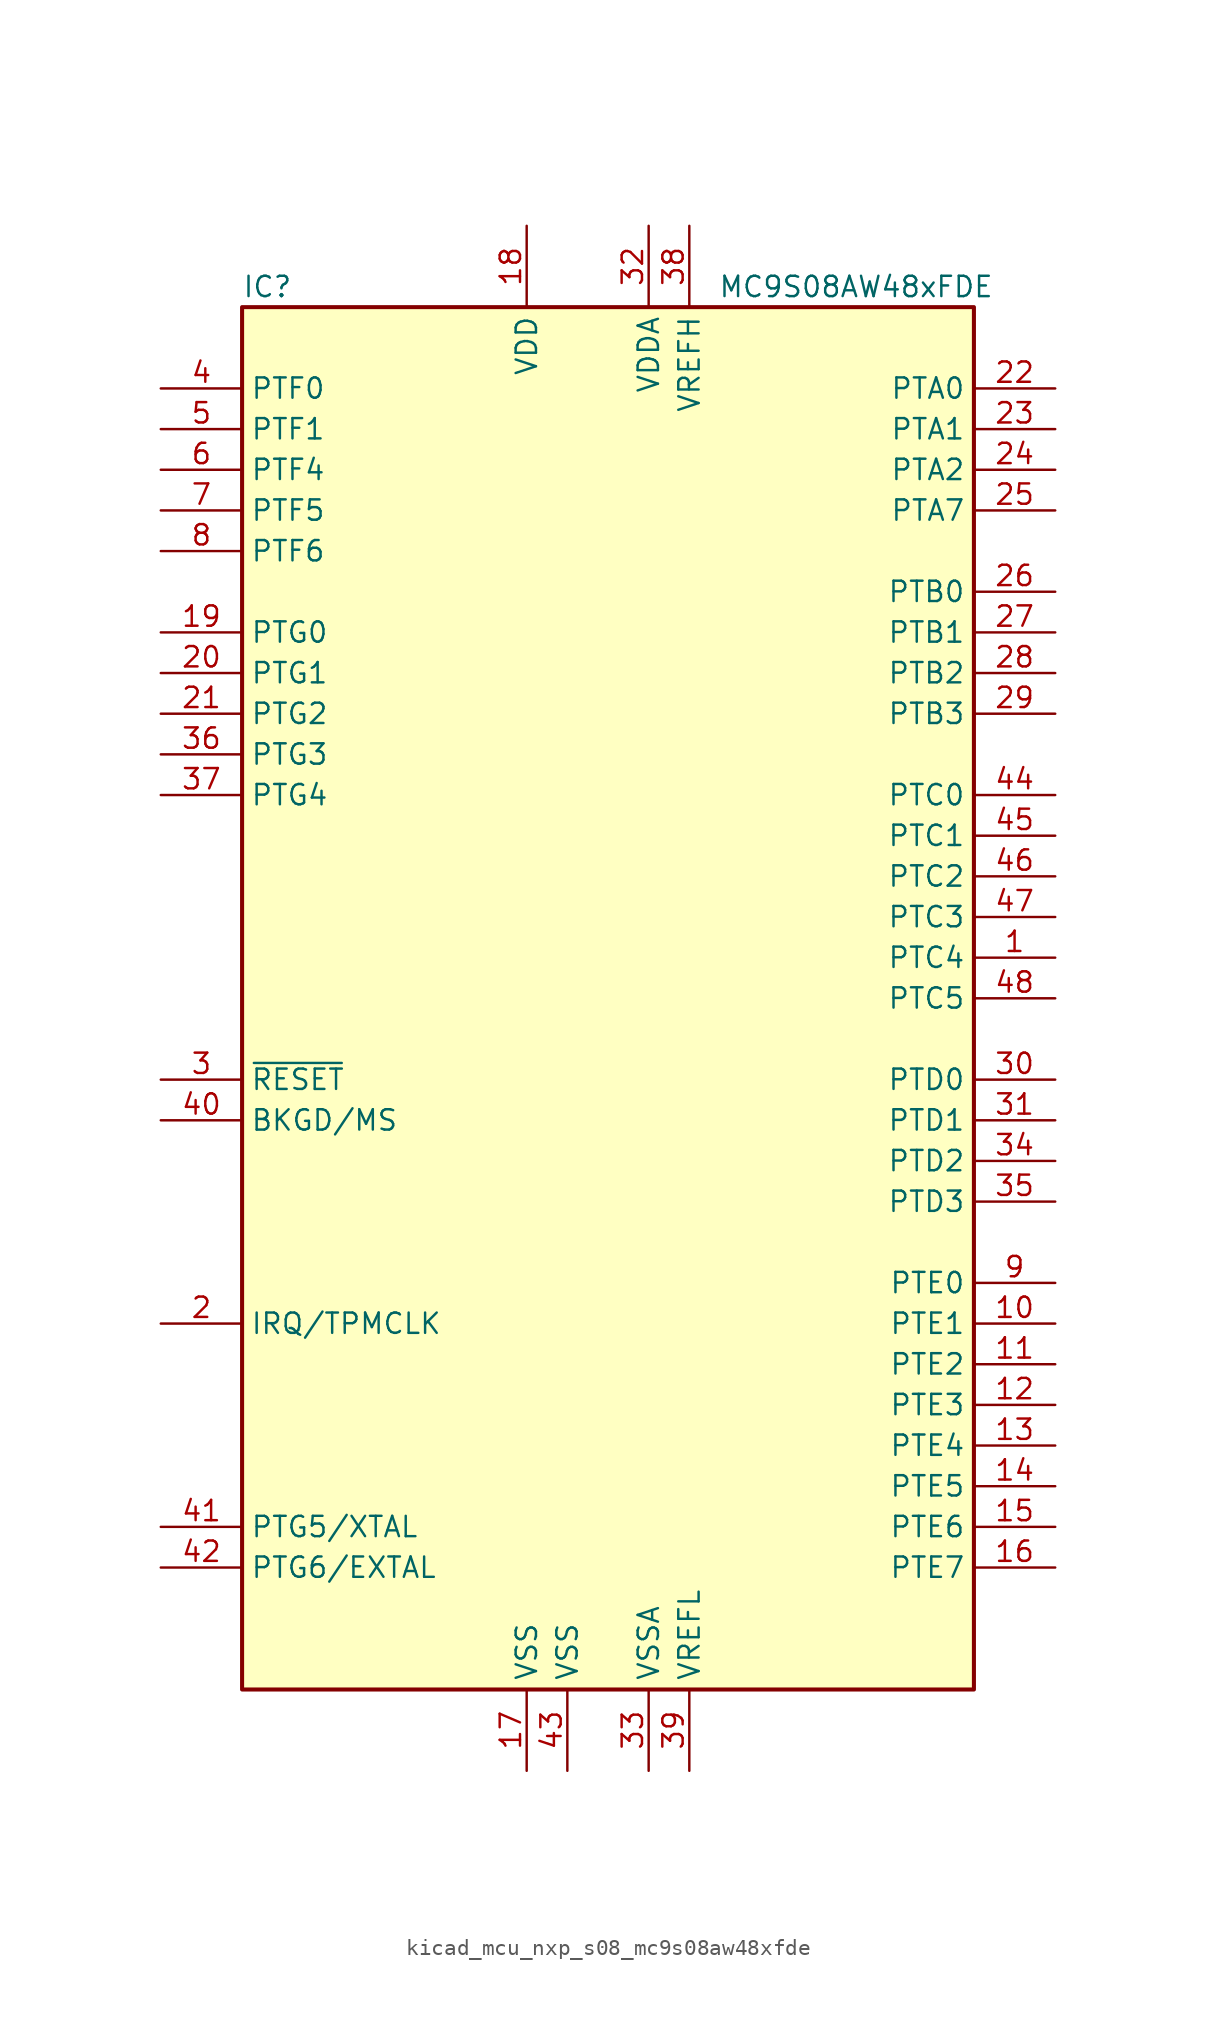
<source format=kicad_sym>
(kicad_symbol_lib
  (version 20220914)
  (generator kicad_symbol_editor)
  (symbol "kicad_mcu_nxp_s08_mc9s08aw48xfde"
    (property "Reference" "IC"
      (at -22.86 44.45 0)
      (effects (font (size 1.27 1.27)) (justify left)))
    (property "Value" "MC9S08AW48xFDE"
      (at 24.13 44.45 0)
      (effects (font (size 1.27 1.27)) (justify right)))
    (symbol "kicad_mcu_nxp_s08_mc9s08aw48xfde_0_1"
      (rectangle (start -22.86 43.18) (end 22.86 -43.18) (stroke (width 0.254) (type default)) (fill (type background))))
    (symbol "kicad_mcu_nxp_s08_mc9s08aw48xfde_1_1"
      (pin bidirectional line (at 27.94 2.54 180) (length 5.08) (name "PTC4" (effects (font (size 1.27 1.27)))) (number "1" (effects (font (size 1.27 1.27)))))
      (pin bidirectional line (at 27.94 -20.32 180) (length 5.08) (name "PTE1" (effects (font (size 1.27 1.27)))) (number "10" (effects (font (size 1.27 1.27)))))
      (pin bidirectional line (at 27.94 -22.86 180) (length 5.08) (name "PTE2" (effects (font (size 1.27 1.27)))) (number "11" (effects (font (size 1.27 1.27)))))
      (pin bidirectional line (at 27.94 -25.4 180) (length 5.08) (name "PTE3" (effects (font (size 1.27 1.27)))) (number "12" (effects (font (size 1.27 1.27)))))
      (pin bidirectional line (at 27.94 -27.94 180) (length 5.08) (name "PTE4" (effects (font (size 1.27 1.27)))) (number "13" (effects (font (size 1.27 1.27)))))
      (pin bidirectional line (at 27.94 -30.48 180) (length 5.08) (name "PTE5" (effects (font (size 1.27 1.27)))) (number "14" (effects (font (size 1.27 1.27)))))
      (pin bidirectional line (at 27.94 -33.02 180) (length 5.08) (name "PTE6" (effects (font (size 1.27 1.27)))) (number "15" (effects (font (size 1.27 1.27)))))
      (pin bidirectional line (at 27.94 -35.56 180) (length 5.08) (name "PTE7" (effects (font (size 1.27 1.27)))) (number "16" (effects (font (size 1.27 1.27)))))
      (pin power_in line (at -5.08 -48.26 90) (length 5.08) (name "VSS" (effects (font (size 1.27 1.27)))) (number "17" (effects (font (size 1.27 1.27)))))
      (pin power_in line (at -5.08 48.26 270) (length 5.08) (name "VDD" (effects (font (size 1.27 1.27)))) (number "18" (effects (font (size 1.27 1.27)))))
      (pin bidirectional line (at -27.94 22.86 0) (length 5.08) (name "PTG0" (effects (font (size 1.27 1.27)))) (number "19" (effects (font (size 1.27 1.27)))))
      (pin input line (at -27.94 -20.32 0) (length 5.08) (name "IRQ/TPMCLK" (effects (font (size 1.27 1.27)))) (number "2" (effects (font (size 1.27 1.27)))))
      (pin bidirectional line (at -27.94 20.32 0) (length 5.08) (name "PTG1" (effects (font (size 1.27 1.27)))) (number "20" (effects (font (size 1.27 1.27)))))
      (pin bidirectional line (at -27.94 17.78 0) (length 5.08) (name "PTG2" (effects (font (size 1.27 1.27)))) (number "21" (effects (font (size 1.27 1.27)))))
      (pin bidirectional line (at 27.94 38.1 180) (length 5.08) (name "PTA0" (effects (font (size 1.27 1.27)))) (number "22" (effects (font (size 1.27 1.27)))))
      (pin bidirectional line (at 27.94 35.56 180) (length 5.08) (name "PTA1" (effects (font (size 1.27 1.27)))) (number "23" (effects (font (size 1.27 1.27)))))
      (pin bidirectional line (at 27.94 33.02 180) (length 5.08) (name "PTA2" (effects (font (size 1.27 1.27)))) (number "24" (effects (font (size 1.27 1.27)))))
      (pin bidirectional line (at 27.94 30.48 180) (length 5.08) (name "PTA7" (effects (font (size 1.27 1.27)))) (number "25" (effects (font (size 1.27 1.27)))))
      (pin bidirectional line (at 27.94 25.4 180) (length 5.08) (name "PTB0" (effects (font (size 1.27 1.27)))) (number "26" (effects (font (size 1.27 1.27)))))
      (pin bidirectional line (at 27.94 22.86 180) (length 5.08) (name "PTB1" (effects (font (size 1.27 1.27)))) (number "27" (effects (font (size 1.27 1.27)))))
      (pin bidirectional line (at 27.94 20.32 180) (length 5.08) (name "PTB2" (effects (font (size 1.27 1.27)))) (number "28" (effects (font (size 1.27 1.27)))))
      (pin bidirectional line (at 27.94 17.78 180) (length 5.08) (name "PTB3" (effects (font (size 1.27 1.27)))) (number "29" (effects (font (size 1.27 1.27)))))
      (pin input line (at -27.94 -5.08 0) (length 5.08) (name "~{RESET}" (effects (font (size 1.27 1.27)))) (number "3" (effects (font (size 1.27 1.27)))))
      (pin bidirectional line (at 27.94 -5.08 180) (length 5.08) (name "PTD0" (effects (font (size 1.27 1.27)))) (number "30" (effects (font (size 1.27 1.27)))))
      (pin bidirectional line (at 27.94 -7.62 180) (length 5.08) (name "PTD1" (effects (font (size 1.27 1.27)))) (number "31" (effects (font (size 1.27 1.27)))))
      (pin power_in line (at 2.54 48.26 270) (length 5.08) (name "VDDA" (effects (font (size 1.27 1.27)))) (number "32" (effects (font (size 1.27 1.27)))))
      (pin power_in line (at 2.54 -48.26 90) (length 5.08) (name "VSSA" (effects (font (size 1.27 1.27)))) (number "33" (effects (font (size 1.27 1.27)))))
      (pin bidirectional line (at 27.94 -10.16 180) (length 5.08) (name "PTD2" (effects (font (size 1.27 1.27)))) (number "34" (effects (font (size 1.27 1.27)))))
      (pin bidirectional line (at 27.94 -12.7 180) (length 5.08) (name "PTD3" (effects (font (size 1.27 1.27)))) (number "35" (effects (font (size 1.27 1.27)))))
      (pin bidirectional line (at -27.94 15.24 0) (length 5.08) (name "PTG3" (effects (font (size 1.27 1.27)))) (number "36" (effects (font (size 1.27 1.27)))))
      (pin bidirectional line (at -27.94 12.7 0) (length 5.08) (name "PTG4" (effects (font (size 1.27 1.27)))) (number "37" (effects (font (size 1.27 1.27)))))
      (pin power_in line (at 5.08 48.26 270) (length 5.08) (name "VREFH" (effects (font (size 1.27 1.27)))) (number "38" (effects (font (size 1.27 1.27)))))
      (pin power_in line (at 5.08 -48.26 90) (length 5.08) (name "VREFL" (effects (font (size 1.27 1.27)))) (number "39" (effects (font (size 1.27 1.27)))))
      (pin bidirectional line (at -27.94 38.1 0) (length 5.08) (name "PTF0" (effects (font (size 1.27 1.27)))) (number "4" (effects (font (size 1.27 1.27)))))
      (pin bidirectional line (at -27.94 -7.62 0) (length 5.08) (name "BKGD/MS" (effects (font (size 1.27 1.27)))) (number "40" (effects (font (size 1.27 1.27)))))
      (pin bidirectional line (at -27.94 -33.02 0) (length 5.08) (name "PTG5/XTAL" (effects (font (size 1.27 1.27)))) (number "41" (effects (font (size 1.27 1.27)))))
      (pin bidirectional line (at -27.94 -35.56 0) (length 5.08) (name "PTG6/EXTAL" (effects (font (size 1.27 1.27)))) (number "42" (effects (font (size 1.27 1.27)))))
      (pin power_in line (at -2.54 -48.26 90) (length 5.08) (name "VSS" (effects (font (size 1.27 1.27)))) (number "43" (effects (font (size 1.27 1.27)))))
      (pin bidirectional line (at 27.94 12.7 180) (length 5.08) (name "PTC0" (effects (font (size 1.27 1.27)))) (number "44" (effects (font (size 1.27 1.27)))))
      (pin bidirectional line (at 27.94 10.16 180) (length 5.08) (name "PTC1" (effects (font (size 1.27 1.27)))) (number "45" (effects (font (size 1.27 1.27)))))
      (pin bidirectional line (at 27.94 7.62 180) (length 5.08) (name "PTC2" (effects (font (size 1.27 1.27)))) (number "46" (effects (font (size 1.27 1.27)))))
      (pin bidirectional line (at 27.94 5.08 180) (length 5.08) (name "PTC3" (effects (font (size 1.27 1.27)))) (number "47" (effects (font (size 1.27 1.27)))))
      (pin bidirectional line (at 27.94 0 180) (length 5.08) (name "PTC5" (effects (font (size 1.27 1.27)))) (number "48" (effects (font (size 1.27 1.27)))))
      (pin bidirectional line (at -27.94 35.56 0) (length 5.08) (name "PTF1" (effects (font (size 1.27 1.27)))) (number "5" (effects (font (size 1.27 1.27)))))
      (pin bidirectional line (at -27.94 33.02 0) (length 5.08) (name "PTF4" (effects (font (size 1.27 1.27)))) (number "6" (effects (font (size 1.27 1.27)))))
      (pin bidirectional line (at -27.94 30.48 0) (length 5.08) (name "PTF5" (effects (font (size 1.27 1.27)))) (number "7" (effects (font (size 1.27 1.27)))))
      (pin bidirectional line (at -27.94 27.94 0) (length 5.08) (name "PTF6" (effects (font (size 1.27 1.27)))) (number "8" (effects (font (size 1.27 1.27)))))
      (pin bidirectional line (at 27.94 -17.78 180) (length 5.08) (name "PTE0" (effects (font (size 1.27 1.27)))) (number "9" (effects (font (size 1.27 1.27))))))))
</source>
